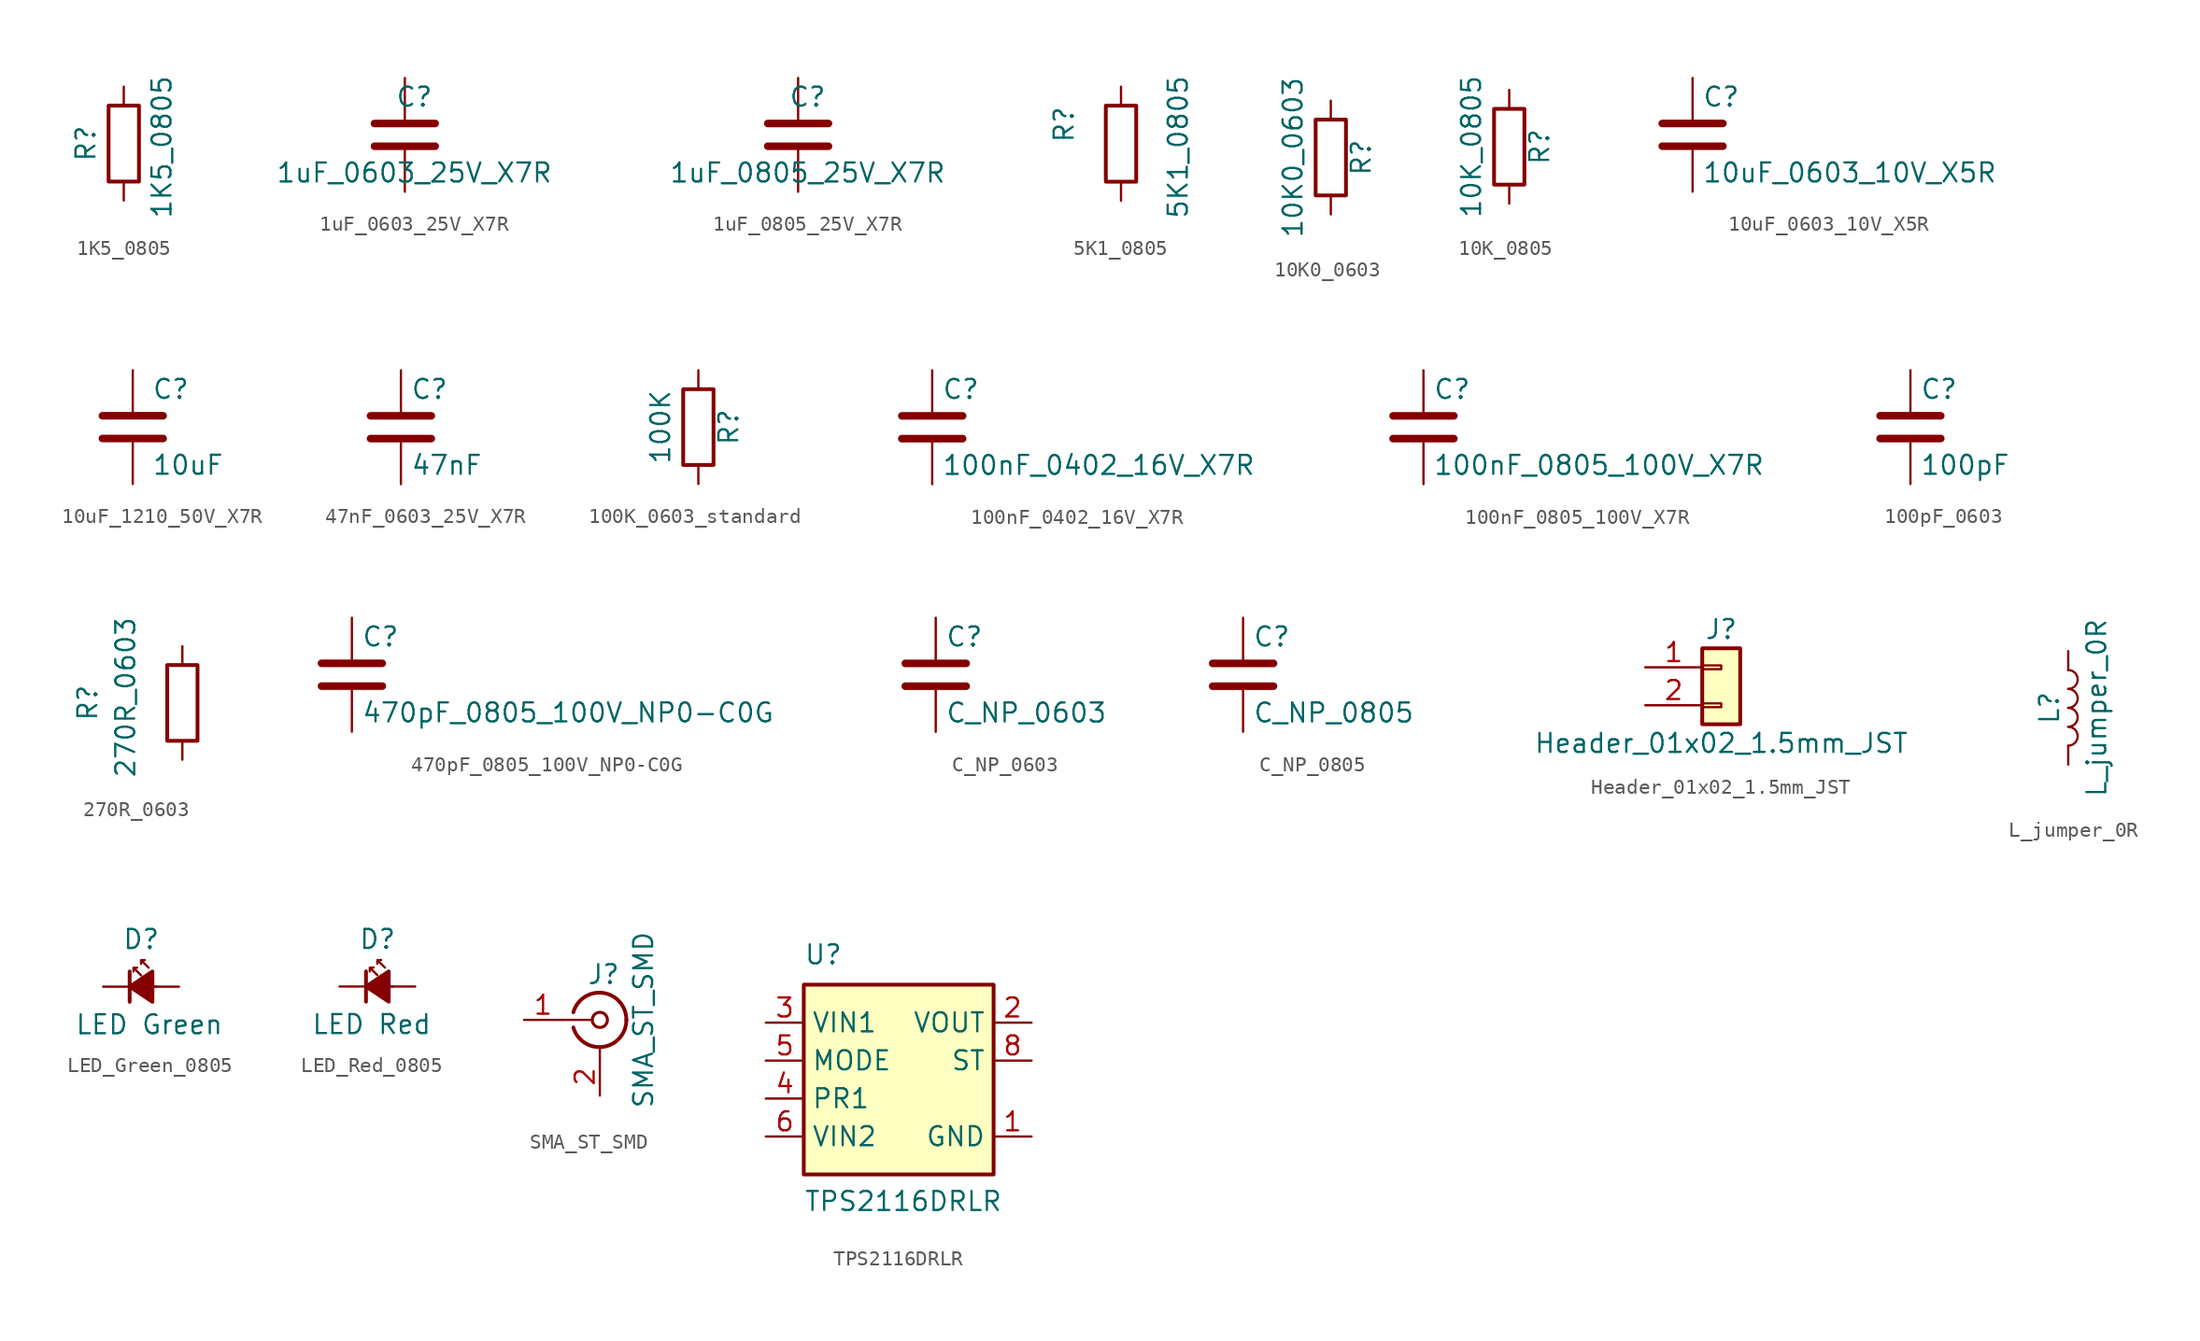
<source format=kicad_sym>
(kicad_symbol_lib
  (version 20241209)
  (generator "kicad_symbol_editor")
  (generator_version "9.0")
  (symbol "1K5_0805"
    (pin_numbers
      (hide yes))
    (property "Reference" "R"
      (at -2.54 -1.27 90)
      (effects (font (size 1.27 1.27)) (justify left)))
    (property "Value" "1K5_0805"
      (at 2.54 -5.08 90)
      (effects (font (size 1.27 1.27)) (justify left)))
    (symbol "1K5_0805_0_1"
      (rectangle (start -1.016 -2.54) (end 1.016 2.54) (stroke (width 0.254) (type default)) (fill (type none))))
    (symbol "1K5_0805_1_1"
      (pin passive line (at 0 3.81 270) (length 1.27) (name "~" (effects (font (size 1.27 1.27)))) (number "1" (effects (font (size 1.27 1.27)))))
      (pin passive line (at 0 -3.81 90) (length 1.27) (name "~" (effects (font (size 1.27 1.27)))) (number "2" (effects (font (size 1.27 1.27)))))))
  (symbol "1uF_0603_25V_X7R"
    (pin_numbers
      (hide yes))
    (pin_names
      (offset 0.254))
    (property "Reference" "C"
      (at 0.635 2.54 0)
      (effects (font (size 1.27 1.27))))
    (property "Value" "1uF_0603_25V_X7R"
      (at 0.635 -2.54 0)
      (effects (font (size 1.27 1.27))))
    (symbol "1uF_0603_25V_X7R_0_1"
      (polyline (pts (xy -2.032 0.762) (xy 2.032 0.762)) (stroke (width 0.508) (type default)) (fill (type none)))
      (polyline (pts (xy -2.032 -0.762) (xy 2.032 -0.762)) (stroke (width 0.508) (type default)) (fill (type none))))
    (symbol "1uF_0603_25V_X7R_1_1"
      (pin passive line (at 0 3.81 270) (length 2.794) (name "~" (effects (font (size 1.27 1.27)))) (number "1" (effects (font (size 1.27 1.27)))))
      (pin passive line (at 0 -3.81 90) (length 2.794) (name "~" (effects (font (size 1.27 1.27)))) (number "2" (effects (font (size 1.27 1.27)))))))
  (symbol "1uF_0805_25V_X7R"
    (pin_numbers
      (hide yes))
    (pin_names
      (offset 0.254))
    (property "Reference" "C"
      (at 0.635 2.54 0)
      (effects (font (size 1.27 1.27))))
    (property "Value" "1uF_0805_25V_X7R"
      (at 0.635 -2.54 0)
      (effects (font (size 1.27 1.27))))
    (symbol "1uF_0805_25V_X7R_0_1"
      (polyline (pts (xy -2.032 0.762) (xy 2.032 0.762)) (stroke (width 0.508) (type default)) (fill (type none)))
      (polyline (pts (xy -2.032 -0.762) (xy 2.032 -0.762)) (stroke (width 0.508) (type default)) (fill (type none))))
    (symbol "1uF_0805_25V_X7R_1_1"
      (pin passive line (at 0 3.81 270) (length 2.794) (name "~" (effects (font (size 1.27 1.27)))) (number "1" (effects (font (size 1.27 1.27)))))
      (pin passive line (at 0 -3.81 90) (length 2.794) (name "~" (effects (font (size 1.27 1.27)))) (number "2" (effects (font (size 1.27 1.27)))))))
  (symbol "5K1_0805"
    (pin_numbers
      (hide yes))
    (property "Reference" "R"
      (at -3.81 0 90)
      (effects (font (size 1.27 1.27)) (justify left)))
    (property "Value" "5K1_0805"
      (at 3.81 -5.08 90)
      (effects (font (size 1.27 1.27)) (justify left)))
    (symbol "5K1_0805_0_1"
      (rectangle (start -1.016 -2.54) (end 1.016 2.54) (stroke (width 0.254) (type default)) (fill (type none))))
    (symbol "5K1_0805_1_1"
      (pin passive line (at 0 3.81 270) (length 1.27) (name "~" (effects (font (size 1.27 1.27)))) (number "1" (effects (font (size 1.27 1.27)))))
      (pin passive line (at 0 -3.81 90) (length 1.27) (name "~" (effects (font (size 1.27 1.27)))) (number "2" (effects (font (size 1.27 1.27)))))))
  (symbol "10K0_0603"
    (pin_numbers
      (hide yes))
    (pin_names
      (offset 0))
    (property "Reference" "R"
      (at 2.032 0 90)
      (effects (font (size 1.27 1.27))))
    (property "Value" "10K0_0603"
      (at -2.54 0 90)
      (effects (font (size 1.27 1.27))))
    (symbol "10K0_0603_0_1"
      (rectangle (start -1.016 -2.54) (end 1.016 2.54) (stroke (width 0.254) (type default)) (fill (type none))))
    (symbol "10K0_0603_1_1"
      (pin passive line (at 0 3.81 270) (length 1.27) (name "~" (effects (font (size 1.27 1.27)))) (number "1" (effects (font (size 1.27 1.27)))))
      (pin passive line (at 0 -3.81 90) (length 1.27) (name "~" (effects (font (size 1.27 1.27)))) (number "2" (effects (font (size 1.27 1.27)))))))
  (symbol "10K_0805"
    (pin_numbers
      (hide yes))
    (pin_names
      (offset 0))
    (property "Reference" "R"
      (at 2.032 0 90)
      (effects (font (size 1.27 1.27))))
    (property "Value" "10K_0805"
      (at -2.54 0 90)
      (effects (font (size 1.27 1.27))))
    (symbol "10K_0805_0_1"
      (rectangle (start -1.016 -2.54) (end 1.016 2.54) (stroke (width 0.254) (type default)) (fill (type none))))
    (symbol "10K_0805_1_1"
      (pin passive line (at 0 3.81 270) (length 1.27) (name "~" (effects (font (size 1.27 1.27)))) (number "1" (effects (font (size 1.27 1.27)))))
      (pin passive line (at 0 -3.81 90) (length 1.27) (name "~" (effects (font (size 1.27 1.27)))) (number "2" (effects (font (size 1.27 1.27)))))))
  (symbol "10uF_0603_10V_X5R"
    (pin_numbers
      (hide yes))
    (pin_names
      (offset 0.254))
    (property "Reference" "C"
      (at 0.635 2.54 0)
      (effects (font (size 1.27 1.27)) (justify left)))
    (property "Value" "10uF_0603_10V_X5R"
      (at 0.635 -2.54 0)
      (effects (font (size 1.27 1.27)) (justify left)))
    (symbol "10uF_0603_10V_X5R_0_1"
      (polyline (pts (xy -2.032 0.762) (xy 2.032 0.762)) (stroke (width 0.508) (type default)) (fill (type none)))
      (polyline (pts (xy -2.032 -0.762) (xy 2.032 -0.762)) (stroke (width 0.508) (type default)) (fill (type none))))
    (symbol "10uF_0603_10V_X5R_1_1"
      (pin passive line (at 0 3.81 270) (length 2.794) (name "~" (effects (font (size 1.27 1.27)))) (number "1" (effects (font (size 1.27 1.27)))))
      (pin passive line (at 0 -3.81 90) (length 2.794) (name "~" (effects (font (size 1.27 1.27)))) (number "2" (effects (font (size 1.27 1.27)))))))
  (symbol "10uF_1210_50V_X7R"
    (pin_numbers
      (hide yes))
    (pin_names
      (offset 0.254))
    (property "Reference" "C"
      (at 1.27 2.54 0)
      (do_not_autoplace)
      (effects (font (size 1.27 1.27)) (justify left)))
    (property "Value" "10uF"
      (at 1.27 -2.54 0)
      (do_not_autoplace)
      (effects (font (size 1.27 1.27)) (justify left)))
    (symbol "10uF_1210_50V_X7R_0_1"
      (polyline (pts (xy -2.032 0.762) (xy 2.032 0.762)) (stroke (width 0.508) (type default)) (fill (type none)))
      (polyline (pts (xy -2.032 -0.762) (xy 2.032 -0.762)) (stroke (width 0.508) (type default)) (fill (type none))))
    (symbol "10uF_1210_50V_X7R_1_1"
      (pin passive line (at 0 3.81 270) (length 2.794) (name "~" (effects (font (size 1.27 1.27)))) (number "1" (effects (font (size 1.27 1.27)))))
      (pin passive line (at 0 -3.81 90) (length 2.794) (name "~" (effects (font (size 1.27 1.27)))) (number "2" (effects (font (size 1.27 1.27)))))))
  (symbol "47nF_0603_25V_X7R"
    (pin_numbers
      (hide yes))
    (pin_names
      (offset 0.254))
    (property "Reference" "C"
      (at 0.635 2.54 0)
      (effects (font (size 1.27 1.27)) (justify left)))
    (property "Value" "47nF"
      (at 0.635 -2.54 0)
      (effects (font (size 1.27 1.27)) (justify left)))
    (symbol "47nF_0603_25V_X7R_0_1"
      (polyline (pts (xy -2.032 0.762) (xy 2.032 0.762)) (stroke (width 0.508) (type default)) (fill (type none)))
      (polyline (pts (xy -2.032 -0.762) (xy 2.032 -0.762)) (stroke (width 0.508) (type default)) (fill (type none))))
    (symbol "47nF_0603_25V_X7R_1_1"
      (pin passive line (at 0 3.81 270) (length 2.794) (name "~" (effects (font (size 1.27 1.27)))) (number "1" (effects (font (size 1.27 1.27)))))
      (pin passive line (at 0 -3.81 90) (length 2.794) (name "~" (effects (font (size 1.27 1.27)))) (number "2" (effects (font (size 1.27 1.27)))))))
  (symbol "100K_0603_standard"
    (pin_numbers
      (hide yes))
    (pin_names
      (offset 0))
    (property "Reference" "R"
      (at 2.032 0 90)
      (effects (font (size 1.27 1.27))))
    (property "Value" "100K"
      (at -2.54 0 90)
      (effects (font (size 1.27 1.27))))
    (symbol "100K_0603_standard_0_1"
      (rectangle (start -1.016 -2.54) (end 1.016 2.54) (stroke (width 0.254) (type default)) (fill (type none))))
    (symbol "100K_0603_standard_1_1"
      (pin passive line (at 0 3.81 270) (length 1.27) (name "~" (effects (font (size 1.27 1.27)))) (number "1" (effects (font (size 1.27 1.27)))))
      (pin passive line (at 0 -3.81 90) (length 1.27) (name "~" (effects (font (size 1.27 1.27)))) (number "2" (effects (font (size 1.27 1.27)))))))
  (symbol "100nF_0402_16V_X7R"
    (pin_numbers
      (hide yes))
    (pin_names
      (offset 0.254))
    (property "Reference" "C"
      (at 0.635 2.54 0)
      (effects (font (size 1.27 1.27)) (justify left)))
    (property "Value" "100nF_0402_16V_X7R"
      (at 0.635 -2.54 0)
      (effects (font (size 1.27 1.27)) (justify left)))
    (symbol "100nF_0402_16V_X7R_0_1"
      (polyline (pts (xy -2.032 0.762) (xy 2.032 0.762)) (stroke (width 0.508) (type default)) (fill (type none)))
      (polyline (pts (xy -2.032 -0.762) (xy 2.032 -0.762)) (stroke (width 0.508) (type default)) (fill (type none))))
    (symbol "100nF_0402_16V_X7R_1_1"
      (pin passive line (at 0 3.81 270) (length 2.794) (name "~" (effects (font (size 1.27 1.27)))) (number "1" (effects (font (size 1.27 1.27)))))
      (pin passive line (at 0 -3.81 90) (length 2.794) (name "~" (effects (font (size 1.27 1.27)))) (number "2" (effects (font (size 1.27 1.27)))))))
  (symbol "100nF_0805_100V_X7R"
    (pin_numbers
      (hide yes))
    (pin_names
      (offset 0.254))
    (property "Reference" "C"
      (at 0.635 2.54 0)
      (effects (font (size 1.27 1.27)) (justify left)))
    (property "Value" "100nF_0805_100V_X7R"
      (at 0.635 -2.54 0)
      (effects (font (size 1.27 1.27)) (justify left)))
    (symbol "100nF_0805_100V_X7R_0_1"
      (polyline (pts (xy -2.032 0.762) (xy 2.032 0.762)) (stroke (width 0.508) (type default)) (fill (type none)))
      (polyline (pts (xy -2.032 -0.762) (xy 2.032 -0.762)) (stroke (width 0.508) (type default)) (fill (type none))))
    (symbol "100nF_0805_100V_X7R_1_1"
      (pin passive line (at 0 3.81 270) (length 2.794) (name "~" (effects (font (size 1.27 1.27)))) (number "1" (effects (font (size 1.27 1.27)))))
      (pin passive line (at 0 -3.81 90) (length 2.794) (name "~" (effects (font (size 1.27 1.27)))) (number "2" (effects (font (size 1.27 1.27)))))))
  (symbol "100pF_0603"
    (pin_numbers
      (hide yes))
    (pin_names
      (offset 0.254))
    (property "Reference" "C"
      (at 0.635 2.54 0)
      (effects (font (size 1.27 1.27)) (justify left)))
    (property "Value" "100pF"
      (at 0.635 -2.54 0)
      (effects (font (size 1.27 1.27)) (justify left)))
    (symbol "100pF_0603_0_1"
      (polyline (pts (xy -2.032 0.762) (xy 2.032 0.762)) (stroke (width 0.508) (type default)) (fill (type none)))
      (polyline (pts (xy -2.032 -0.762) (xy 2.032 -0.762)) (stroke (width 0.508) (type default)) (fill (type none))))
    (symbol "100pF_0603_1_1"
      (pin passive line (at 0 3.81 270) (length 2.794) (name "~" (effects (font (size 1.27 1.27)))) (number "1" (effects (font (size 1.27 1.27)))))
      (pin passive line (at 0 -3.81 90) (length 2.794) (name "~" (effects (font (size 1.27 1.27)))) (number "2" (effects (font (size 1.27 1.27)))))))
  (symbol "270R_0603"
    (pin_numbers
      (hide yes))
    (property "Reference" "R"
      (at -6.35 -1.27 90)
      (effects (font (size 1.27 1.27)) (justify left)))
    (property "Value" "270R_0603"
      (at -3.81 -5.08 90)
      (effects (font (size 1.27 1.27)) (justify left)))
    (symbol "270R_0603_0_1"
      (rectangle (start -1.016 2.54) (end 1.016 -2.54) (stroke (width 0.254) (type default)) (fill (type none))))
    (symbol "270R_0603_1_1"
      (pin passive line (at 0 3.81 270) (length 1.27) (name "~" (effects (font (size 1.27 1.27)))) (number "1" (effects (font (size 1.27 1.27)))))
      (pin passive line (at 0 -3.81 90) (length 1.27) (name "~" (effects (font (size 1.27 1.27)))) (number "2" (effects (font (size 1.27 1.27)))))))
  (symbol "470pF_0805_100V_NP0-C0G"
    (pin_numbers
      (hide yes))
    (pin_names
      (offset 0.254))
    (property "Reference" "C"
      (at 0.635 2.54 0)
      (effects (font (size 1.27 1.27)) (justify left)))
    (property "Value" "470pF_0805_100V_NP0-C0G"
      (at 0.635 -2.54 0)
      (effects (font (size 1.27 1.27)) (justify left)))
    (symbol "470pF_0805_100V_NP0-C0G_0_1"
      (polyline (pts (xy -2.032 0.762) (xy 2.032 0.762)) (stroke (width 0.508) (type default)) (fill (type none)))
      (polyline (pts (xy -2.032 -0.762) (xy 2.032 -0.762)) (stroke (width 0.508) (type default)) (fill (type none))))
    (symbol "470pF_0805_100V_NP0-C0G_1_1"
      (pin passive line (at 0 3.81 270) (length 2.794) (name "~" (effects (font (size 1.27 1.27)))) (number "1" (effects (font (size 1.27 1.27)))))
      (pin passive line (at 0 -3.81 90) (length 2.794) (name "~" (effects (font (size 1.27 1.27)))) (number "2" (effects (font (size 1.27 1.27)))))))
  (symbol "C_NP_0603"
    (pin_numbers
      (hide yes))
    (pin_names
      (offset 0.254))
    (property "Reference" "C"
      (at 0.635 2.54 0)
      (effects (font (size 1.27 1.27)) (justify left)))
    (property "Value" "C_NP_0603"
      (at 0.635 -2.54 0)
      (effects (font (size 1.27 1.27)) (justify left)))
    (symbol "C_NP_0603_0_1"
      (polyline (pts (xy -2.032 0.762) (xy 2.032 0.762)) (stroke (width 0.508) (type default)) (fill (type none)))
      (polyline (pts (xy -2.032 -0.762) (xy 2.032 -0.762)) (stroke (width 0.508) (type default)) (fill (type none))))
    (symbol "C_NP_0603_1_1"
      (pin passive line (at 0 3.81 270) (length 2.794) (name "~" (effects (font (size 1.27 1.27)))) (number "1" (effects (font (size 1.27 1.27)))))
      (pin passive line (at 0 -3.81 90) (length 2.794) (name "~" (effects (font (size 1.27 1.27)))) (number "2" (effects (font (size 1.27 1.27)))))))
  (symbol "C_NP_0805"
    (pin_numbers
      (hide yes))
    (pin_names
      (offset 0.254))
    (property "Reference" "C"
      (at 0.635 2.54 0)
      (effects (font (size 1.27 1.27)) (justify left)))
    (property "Value" "C_NP_0805"
      (at 0.635 -2.54 0)
      (effects (font (size 1.27 1.27)) (justify left)))
    (symbol "C_NP_0805_0_1"
      (polyline (pts (xy -2.032 0.762) (xy 2.032 0.762)) (stroke (width 0.508) (type default)) (fill (type none)))
      (polyline (pts (xy -2.032 -0.762) (xy 2.032 -0.762)) (stroke (width 0.508) (type default)) (fill (type none))))
    (symbol "C_NP_0805_1_1"
      (pin passive line (at 0 3.81 270) (length 2.794) (name "~" (effects (font (size 1.27 1.27)))) (number "1" (effects (font (size 1.27 1.27)))))
      (pin passive line (at 0 -3.81 90) (length 2.794) (name "~" (effects (font (size 1.27 1.27)))) (number "2" (effects (font (size 1.27 1.27)))))))
  (symbol "Header_01x02_1.5mm_JST"
    (pin_names
      (hide yes))
    (property "Reference" "J"
      (at 0 3.81 0)
      (effects (font (size 1.27 1.27))))
    (property "Value" "Header_01x02_1.5mm_JST"
      (at 0 -3.81 0)
      (effects (font (size 1.27 1.27))))
    (symbol "Header_01x02_1.5mm_JST_1_1"
      (rectangle (start -1.27 2.54) (end 1.27 -2.54) (stroke (width 0.254) (type default)) (fill (type background)))
      (rectangle (start -1.27 1.397) (end 0 1.143) (stroke (width 0.152) (type default)) (fill (type none)))
      (rectangle (start -1.27 -1.143) (end 0 -1.397) (stroke (width 0.152) (type default)) (fill (type none)))
      (pin passive line (at -5.08 1.27 0) (length 3.81) (name "Pin_1" (effects (font (size 1.27 1.27)))) (number "1" (effects (font (size 1.27 1.27)))))
      (pin passive line (at -5.08 -1.27 0) (length 3.81) (name "Pin_2" (effects (font (size 1.27 1.27)))) (number "2" (effects (font (size 1.27 1.27)))))))
  (symbol "L_jumper_0R"
    (pin_numbers
      (hide yes))
    (pin_names
      (offset 1.016)
      (hide yes))
    (property "Reference" "L"
      (at -1.27 0 90)
      (effects (font (size 1.27 1.27))))
    (property "Value" "L_jumper_0R"
      (at 1.905 0 90)
      (effects (font (size 1.27 1.27))))
    (symbol "L_jumper_0R_0_1"
      (arc (start 0 2.54) (mid 0.6323 1.905) (end 0 1.27) (stroke (width 0) (type default)) (fill (type none)))
      (arc (start 0 1.27) (mid 0.6323 0.635) (end 0 0) (stroke (width 0) (type default)) (fill (type none)))
      (arc (start 0 0) (mid 0.6323 -0.635) (end 0 -1.27) (stroke (width 0) (type default)) (fill (type none)))
      (arc (start 0 -1.27) (mid 0.6323 -1.905) (end 0 -2.54) (stroke (width 0) (type default)) (fill (type none))))
    (symbol "L_jumper_0R_1_1"
      (pin passive line (at 0 3.81 270) (length 1.27) (name "1" (effects (font (size 1.27 1.27)))) (number "1" (effects (font (size 1.27 1.27)))))
      (pin passive line (at 0 -3.81 90) (length 1.27) (name "2" (effects (font (size 1.27 1.27)))) (number "2" (effects (font (size 1.27 1.27)))))))
  (symbol "LED_Green_0805"
    (pin_numbers
      (hide yes))
    (pin_names
      (offset 0.254)
      (hide yes))
    (property "Reference" "D"
      (at -1.27 3.175 0)
      (effects (font (size 1.27 1.27)) (justify left)))
    (property "Value" "LED Green"
      (at -4.445 -2.54 0)
      (effects (font (size 1.27 1.27)) (justify left)))
    (symbol "LED_Green_0805_0_1"
      (polyline (pts (xy -0.762 -1.016) (xy -0.762 1.016)) (stroke (width 0.254) (type default)) (fill (type none)))
      (polyline (pts (xy 0 0.762) (xy -0.508 1.27) (xy -0.254 1.27) (xy -0.508 1.27) (xy -0.508 1.016)) (stroke (width 0) (type default)) (fill (type none)))
      (polyline (pts (xy 0.508 1.27) (xy 0 1.778) (xy 0.254 1.778) (xy 0 1.778) (xy 0 1.524)) (stroke (width 0) (type default)) (fill (type none)))
      (polyline (pts (xy 0.762 -1.016) (xy -0.762 0) (xy 0.762 1.016) (xy 0.762 -1.016)) (stroke (width 0.254) (type default)) (fill (type outline)))
      (polyline (pts (xy 1.016 0) (xy -0.762 0)) (stroke (width 0) (type default)) (fill (type none))))
    (symbol "LED_Green_0805_1_1"
      (pin passive line (at -2.54 0 0) (length 1.778) (name "K" (effects (font (size 1.27 1.27)))) (number "1" (effects (font (size 1.27 1.27)))))
      (pin passive line (at 2.54 0 180) (length 1.778) (name "A" (effects (font (size 1.27 1.27)))) (number "2" (effects (font (size 1.27 1.27)))))))
  (symbol "LED_Red_0805"
    (pin_numbers
      (hide yes))
    (pin_names
      (offset 0.254)
      (hide yes))
    (property "Reference" "D"
      (at -1.27 3.175 0)
      (effects (font (size 1.27 1.27)) (justify left)))
    (property "Value" "LED Red"
      (at -4.445 -2.54 0)
      (effects (font (size 1.27 1.27)) (justify left)))
    (symbol "LED_Red_0805_0_1"
      (polyline (pts (xy -0.762 -1.016) (xy -0.762 1.016)) (stroke (width 0.254) (type default)) (fill (type none)))
      (polyline (pts (xy 0 0.762) (xy -0.508 1.27) (xy -0.254 1.27) (xy -0.508 1.27) (xy -0.508 1.016)) (stroke (width 0) (type default)) (fill (type none)))
      (polyline (pts (xy 0.508 1.27) (xy 0 1.778) (xy 0.254 1.778) (xy 0 1.778) (xy 0 1.524)) (stroke (width 0) (type default)) (fill (type none)))
      (polyline (pts (xy 0.762 -1.016) (xy -0.762 0) (xy 0.762 1.016) (xy 0.762 -1.016)) (stroke (width 0.254) (type default)) (fill (type outline)))
      (polyline (pts (xy 1.016 0) (xy -0.762 0)) (stroke (width 0) (type default)) (fill (type none))))
    (symbol "LED_Red_0805_1_1"
      (pin passive line (at -2.54 0 0) (length 1.778) (name "K" (effects (font (size 1.27 1.27)))) (number "1" (effects (font (size 1.27 1.27)))))
      (pin passive line (at 2.54 0 180) (length 1.778) (name "A" (effects (font (size 1.27 1.27)))) (number "2" (effects (font (size 1.27 1.27)))))))
  (symbol "SMA_ST_SMD"
    (pin_names
      (offset 1.016)
      (hide yes))
    (property "Reference" "J"
      (at 0.254 3.048 0)
      (effects (font (size 1.27 1.27))))
    (property "Value" "SMA_ST_SMD"
      (at 2.921 0 90)
      (effects (font (size 1.27 1.27))))
    (symbol "SMA_ST_SMD_0_1"
      (polyline (pts (xy -2.54 0) (xy -0.508 0)) (stroke (width 0) (type default)) (fill (type none)))
      (arc (start -1.778 0.508) (mid 0.222 1.8083) (end 1.778 0) (stroke (width 0.254) (type default)) (fill (type none)))
      (arc (start 1.778 0) (mid 0.222 -1.808) (end -1.778 -0.508) (stroke (width 0.254) (type default)) (fill (type none)))
      (circle (center 0 0) (radius 0.508) (stroke (width 0.203) (type default)) (fill (type none)))
      (polyline (pts (xy 0 -2.54) (xy 0 -1.778)) (stroke (width 0) (type default)) (fill (type none))))
    (symbol "SMA_ST_SMD_1_1"
      (pin passive line (at -5.08 0 0) (length 2.54) (name "In" (effects (font (size 1.27 1.27)))) (number "1" (effects (font (size 1.27 1.27)))))
      (pin passive line (at 0 -5.08 90) (length 2.54) (name "Ext" (effects (font (size 1.27 1.27)))) (number "2" (effects (font (size 1.27 1.27)))))))
  (symbol "TPS2116DRLR"
    (property "Reference" "U"
      (at 2.54 3.81 0)
      (effects (font (size 1.27 1.27) (thickness 0.15)) (justify left bottom)))
    (property "Value" "TPS2116DRLR"
      (at 2.54 -12.7 0)
      (effects (font (size 1.27 1.27) (thickness 0.15)) (justify left bottom)))
    (symbol "TPS2116DRLR_1_1"
      (rectangle (start 2.54 2.54) (end 15.24 -10.16) (stroke (width 0.254) (type default)) (fill (type background)))
      (pin power_in line (at 0 0 0) (length 2.54) (name "VIN1" (effects (font (size 1.27 1.27)))) (number "3" (effects (font (size 1.27 1.27)))))
      (pin input line (at 0 -2.54 0) (length 2.54) (name "MODE" (effects (font (size 1.27 1.27)))) (number "5" (effects (font (size 1.27 1.27)))))
      (pin input line (at 0 -5.08 0) (length 2.54) (name "PR1" (effects (font (size 1.27 1.27)))) (number "4" (effects (font (size 1.27 1.27)))))
      (pin power_in line (at 0 -7.62 0) (length 2.54) (name "VIN2" (effects (font (size 1.27 1.27)))) (number "6" (effects (font (size 1.27 1.27)))))
      (pin power_out line (at 17.78 0 180) (length 2.54) (name "VOUT" (effects (font (size 1.27 1.27)))) (number "2" (effects (font (size 1.27 1.27)))))
      (pin passive line (at 17.78 0 180) (length 2.54) (hide yes) (name "VOUT" (effects (font (size 1.27 1.27)))) (number "7" (effects (font (size 1.27 1.27)))))
      (pin open_collector line (at 17.78 -2.54 180) (length 2.54) (name "ST" (effects (font (size 1.27 1.27)))) (number "8" (effects (font (size 1.27 1.27)))))
      (pin power_in line (at 17.78 -7.62 180) (length 2.54) (name "GND" (effects (font (size 1.27 1.27)))) (number "1" (effects (font (size 1.27 1.27))))))))
</source>
